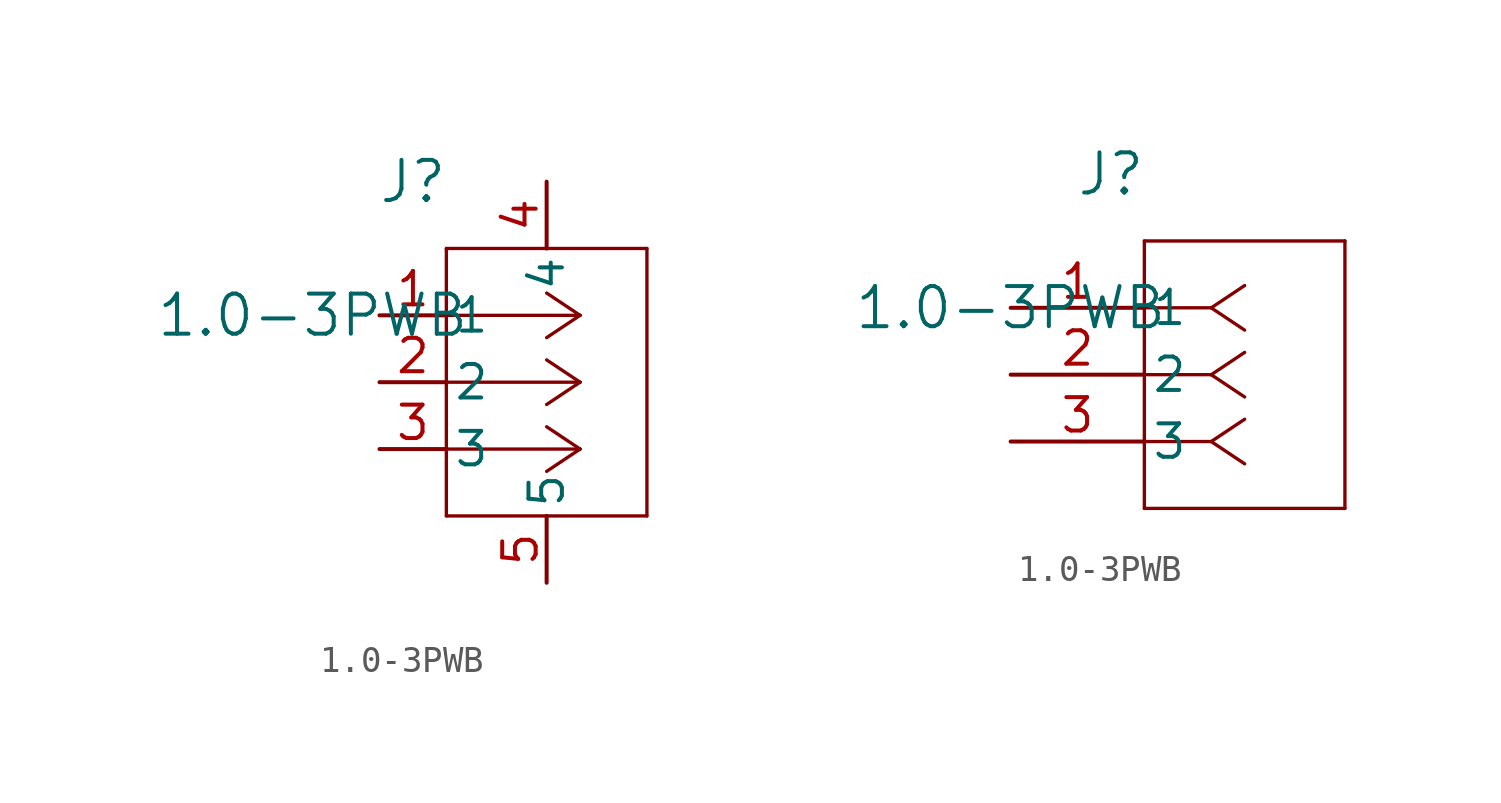
<source format=kicad_sym>
(kicad_symbol_lib
  (version 20241209)
  (generator "kicad_symbol_editor")
  (generator_version "9.0")
  (symbol "1.0-3PWB"
    (pin_names
      (offset 0.254))
    (property "Reference" "J"
      (at 3.81 5.08 0)
      (effects (font (size 1.524 1.524))))
    (property "Value" "1.0-3PWB"
      (at 0 0 0)
      (effects (font (size 1.524 1.524))))
    (symbol "1.0-3PWB_1_1"
      (polyline (pts (xy 5.08 2.54) (xy 5.08 -7.62)) (stroke (width 0.127) (type default)) (fill (type none)))
      (polyline (pts (xy 5.08 -7.62) (xy 12.7 -7.62)) (stroke (width 0.127) (type default)) (fill (type none)))
      (polyline (pts (xy 10.16 0) (xy 5.08 0)) (stroke (width 0.127) (type default)) (fill (type none)))
      (polyline (pts (xy 10.16 0) (xy 8.89 0.847)) (stroke (width 0.127) (type default)) (fill (type none)))
      (polyline (pts (xy 10.16 0) (xy 8.89 -0.847)) (stroke (width 0.127) (type default)) (fill (type none)))
      (polyline (pts (xy 10.16 -2.54) (xy 5.08 -2.54)) (stroke (width 0.127) (type default)) (fill (type none)))
      (polyline (pts (xy 10.16 -2.54) (xy 8.89 -1.693)) (stroke (width 0.127) (type default)) (fill (type none)))
      (polyline (pts (xy 10.16 -2.54) (xy 8.89 -3.387)) (stroke (width 0.127) (type default)) (fill (type none)))
      (polyline (pts (xy 10.16 -5.08) (xy 5.08 -5.08)) (stroke (width 0.127) (type default)) (fill (type none)))
      (polyline (pts (xy 10.16 -5.08) (xy 8.89 -4.233)) (stroke (width 0.127) (type default)) (fill (type none)))
      (polyline (pts (xy 10.16 -5.08) (xy 8.89 -5.927)) (stroke (width 0.127) (type default)) (fill (type none)))
      (polyline (pts (xy 12.7 2.54) (xy 5.08 2.54)) (stroke (width 0.127) (type default)) (fill (type none)))
      (polyline (pts (xy 12.7 -7.62) (xy 12.7 2.54)) (stroke (width 0.127) (type default)) (fill (type none)))
      (pin unspecified line (at 2.54 0 0) (length 2.54) (name "1" (effects (font (size 1.27 1.27)))) (number "1" (effects (font (size 1.27 1.27)))))
      (pin unspecified line (at 2.54 -2.54 0) (length 2.54) (name "2" (effects (font (size 1.27 1.27)))) (number "2" (effects (font (size 1.27 1.27)))))
      (pin unspecified line (at 2.54 -5.08 0) (length 2.54) (name "3" (effects (font (size 1.27 1.27)))) (number "3" (effects (font (size 1.27 1.27)))))
      (pin unspecified line (at 8.89 5.08 270) (length 2.54) (name "4" (effects (font (size 1.27 1.27)))) (number "4" (effects (font (size 1.27 1.27)))))
      (pin unspecified line (at 8.89 -10.16 90) (length 2.54) (name "5" (effects (font (size 1.27 1.27)))) (number "5" (effects (font (size 1.27 1.27))))))
    (symbol "1.0-3PWB_1_2"
      (polyline (pts (xy 5.08 2.54) (xy 5.08 -7.62)) (stroke (width 0.127) (type default)) (fill (type none)))
      (polyline (pts (xy 5.08 -7.62) (xy 12.7 -7.62)) (stroke (width 0.127) (type default)) (fill (type none)))
      (polyline (pts (xy 7.62 0) (xy 5.08 0)) (stroke (width 0.127) (type default)) (fill (type none)))
      (polyline (pts (xy 7.62 0) (xy 8.89 0.847)) (stroke (width 0.127) (type default)) (fill (type none)))
      (polyline (pts (xy 7.62 0) (xy 8.89 -0.847)) (stroke (width 0.127) (type default)) (fill (type none)))
      (polyline (pts (xy 7.62 -2.54) (xy 5.08 -2.54)) (stroke (width 0.127) (type default)) (fill (type none)))
      (polyline (pts (xy 7.62 -2.54) (xy 8.89 -1.693)) (stroke (width 0.127) (type default)) (fill (type none)))
      (polyline (pts (xy 7.62 -2.54) (xy 8.89 -3.387)) (stroke (width 0.127) (type default)) (fill (type none)))
      (polyline (pts (xy 7.62 -5.08) (xy 5.08 -5.08)) (stroke (width 0.127) (type default)) (fill (type none)))
      (polyline (pts (xy 7.62 -5.08) (xy 8.89 -4.233)) (stroke (width 0.127) (type default)) (fill (type none)))
      (polyline (pts (xy 7.62 -5.08) (xy 8.89 -5.927)) (stroke (width 0.127) (type default)) (fill (type none)))
      (polyline (pts (xy 12.7 2.54) (xy 5.08 2.54)) (stroke (width 0.127) (type default)) (fill (type none)))
      (polyline (pts (xy 12.7 -7.62) (xy 12.7 2.54)) (stroke (width 0.127) (type default)) (fill (type none)))
      (pin unspecified line (at 0 0 0) (length 5.08) (name "1" (effects (font (size 1.27 1.27)))) (number "1" (effects (font (size 1.27 1.27)))))
      (pin unspecified line (at 0 -2.54 0) (length 5.08) (name "2" (effects (font (size 1.27 1.27)))) (number "2" (effects (font (size 1.27 1.27)))))
      (pin unspecified line (at 0 -5.08 0) (length 5.08) (name "3" (effects (font (size 1.27 1.27)))) (number "3" (effects (font (size 1.27 1.27))))))))
</source>
